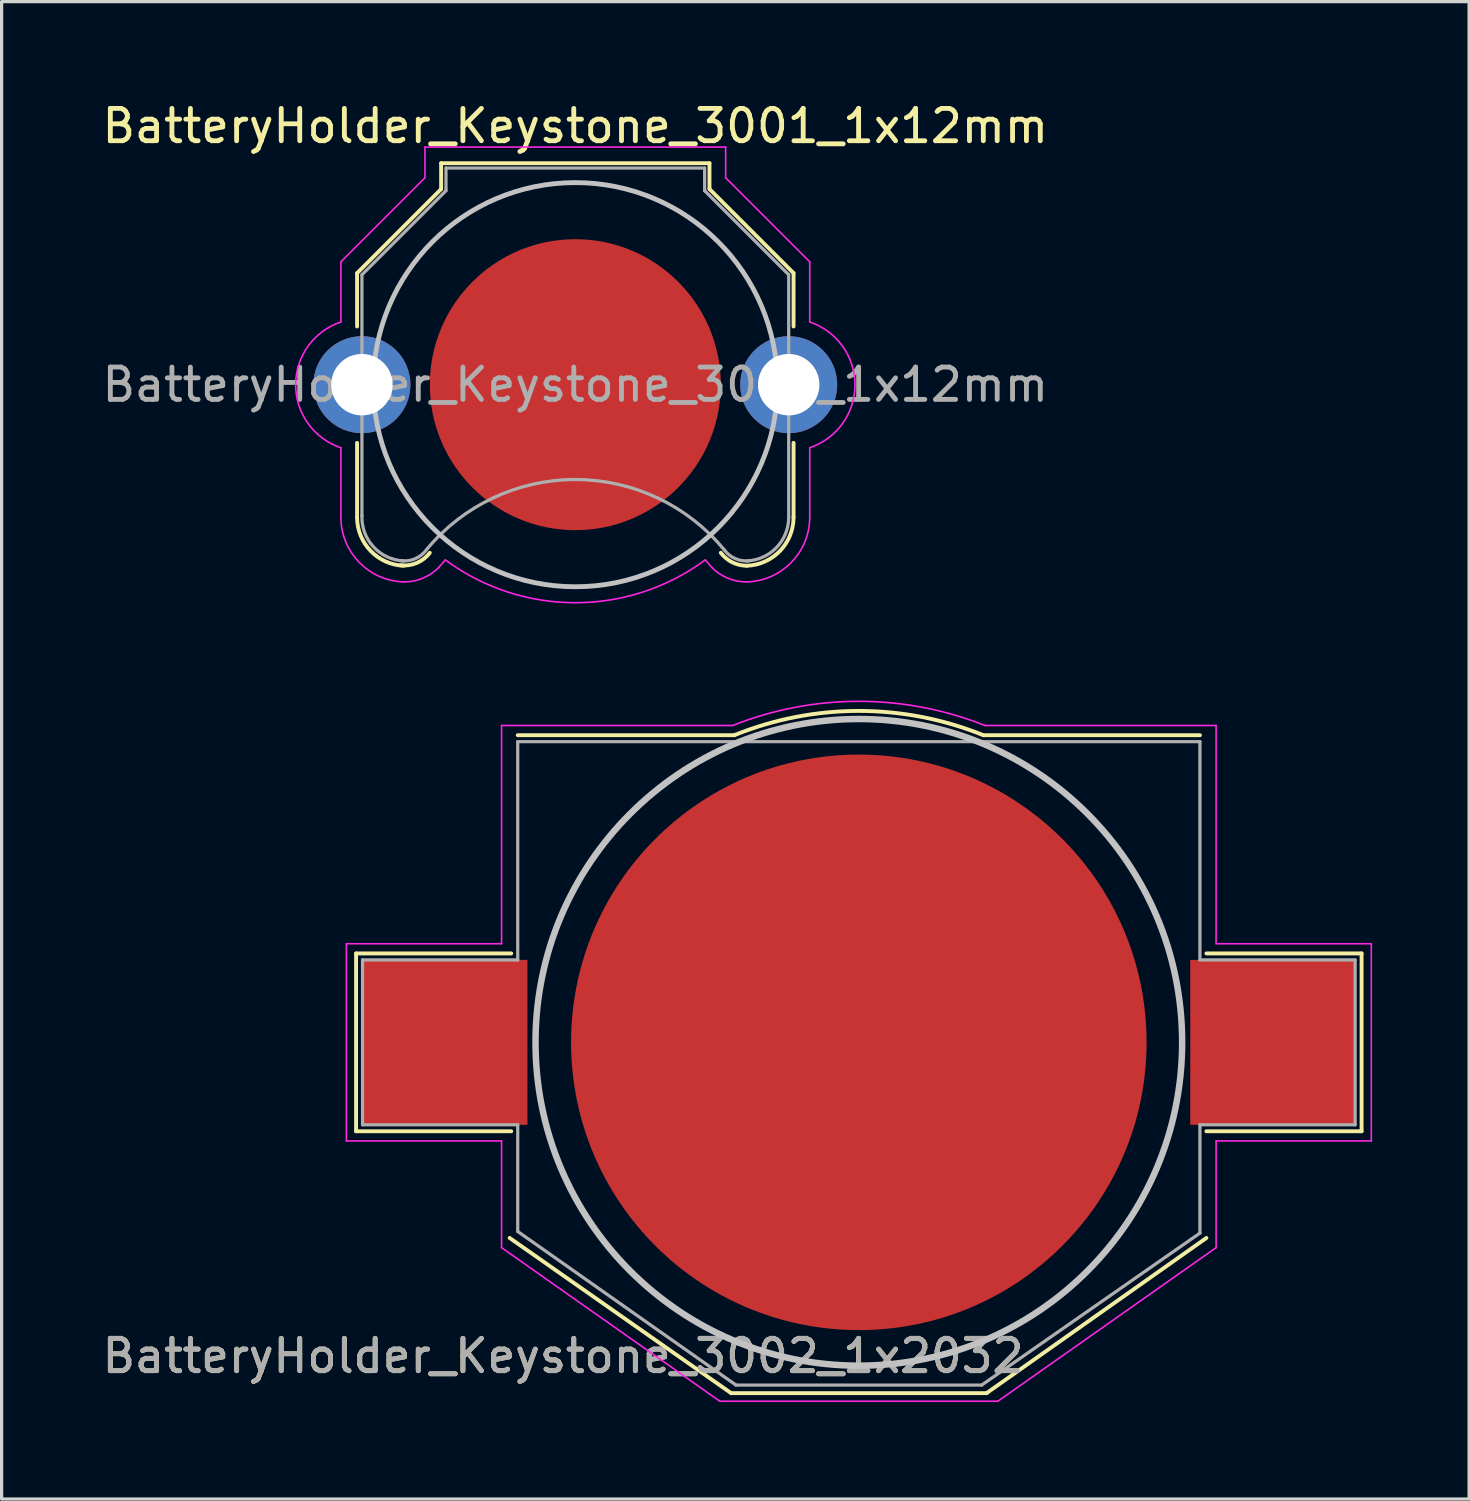
<source format=kicad_pcb>
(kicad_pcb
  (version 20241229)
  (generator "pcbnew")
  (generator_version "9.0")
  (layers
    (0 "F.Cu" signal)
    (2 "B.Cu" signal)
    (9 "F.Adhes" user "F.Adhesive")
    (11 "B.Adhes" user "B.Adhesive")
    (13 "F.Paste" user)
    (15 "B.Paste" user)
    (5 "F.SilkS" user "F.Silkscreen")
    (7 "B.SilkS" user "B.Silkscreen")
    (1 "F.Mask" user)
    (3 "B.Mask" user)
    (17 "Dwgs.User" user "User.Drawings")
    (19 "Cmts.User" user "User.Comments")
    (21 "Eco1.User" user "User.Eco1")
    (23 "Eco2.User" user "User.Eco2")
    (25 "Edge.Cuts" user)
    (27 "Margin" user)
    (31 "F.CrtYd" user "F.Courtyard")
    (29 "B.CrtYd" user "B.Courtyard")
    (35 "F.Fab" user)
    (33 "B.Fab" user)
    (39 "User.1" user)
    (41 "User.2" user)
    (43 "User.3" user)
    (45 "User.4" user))
  (footprint "BatteryHolder_Keystone_3002_1x2032"
    (layer "F.Cu")
    (at 23.513 29.189)
    (property "Reference" "BatteryHolder_Keystone_3002_1x2032" (at -9.15 9.7 0) (layer "F.SilkS") (effects (font (size 1 1) (thickness 0.15))))
    (attr smd)
    (fp_line (start -15.55 -2.75) (end -15.55 2.75) (stroke (width 0.12) (type solid)) (layer "F.SilkS"))
    (fp_line (start -15.55 2.75) (end -10.75 2.75) (stroke (width 0.12) (type solid)) (layer "F.SilkS"))
    (fp_line (start -10.8 6.05) (end -3.95 10.85) (stroke (width 0.12) (type solid)) (layer "F.SilkS"))
    (fp_line (start -10.75 -2.75) (end -15.55 -2.75) (stroke (width 0.12) (type solid)) (layer "F.SilkS"))
    (fp_line (start -10.55 -9.5) (end -3.85 -9.5) (stroke (width 0.12) (type solid)) (layer "F.SilkS"))
    (fp_line (start -3.95 10.85) (end 3.95 10.85) (stroke (width 0.12) (type solid)) (layer "F.SilkS"))
    (fp_line (start 3.95 10.85) (end 10.75 6.05) (stroke (width 0.12) (type solid)) (layer "F.SilkS"))
    (fp_line (start 10.55 -9.5) (end 3.85 -9.5) (stroke (width 0.12) (type solid)) (layer "F.SilkS"))
    (fp_line (start 10.75 2.75) (end 15.55 2.75) (stroke (width 0.12) (type solid)) (layer "F.SilkS"))
    (fp_line (start 15.55 -2.75) (end 10.75 -2.75) (stroke (width 0.12) (type solid)) (layer "F.SilkS"))
    (fp_line (start 15.55 2.75) (end 15.55 -2.75) (stroke (width 0.12) (type solid)) (layer "F.SilkS"))
    (fp_arc (start -3.846385 -9.501464) (mid 0.00195 -10.250487) (end 3.85 -9.5) (stroke (width 0.12) (type solid)) (layer "F.SilkS"))
    (fp_circle (center 0 0) (end 10 0) (stroke (width 0.2) (type solid)) (fill no) (layer "Dwgs.User"))
    (fp_line (start -15.85 -3.05) (end -11.05 -3.05) (stroke (width 0.05) (type solid)) (layer "F.CrtYd"))
    (fp_line (start -15.85 3.05) (end -15.85 -3.05) (stroke (width 0.05) (type solid)) (layer "F.CrtYd"))
    (fp_line (start -11.05 -9.8) (end -3.9 -9.8) (stroke (width 0.05) (type solid)) (layer "F.CrtYd"))
    (fp_line (start -11.05 -3.05) (end -11.05 -9.8) (stroke (width 0.05) (type solid)) (layer "F.CrtYd"))
    (fp_line (start -11.05 3.05) (end -15.85 3.05) (stroke (width 0.05) (type solid)) (layer "F.CrtYd"))
    (fp_line (start -11.05 6.35) (end -11.05 3.05) (stroke (width 0.05) (type solid)) (layer "F.CrtYd"))
    (fp_line (start -4.3 11.1) (end -11.05 6.35) (stroke (width 0.05) (type solid)) (layer "F.CrtYd"))
    (fp_line (start 4.3 11.1) (end -4.3 11.1) (stroke (width 0.05) (type solid)) (layer "F.CrtYd"))
    (fp_line (start 11.05 -9.8) (end 3.9 -9.8) (stroke (width 0.05) (type solid)) (layer "F.CrtYd"))
    (fp_line (start 11.05 -9.8) (end 11.05 -3.05) (stroke (width 0.05) (type solid)) (layer "F.CrtYd"))
    (fp_line (start 11.05 -3.05) (end 15.85 -3.05) (stroke (width 0.05) (type solid)) (layer "F.CrtYd"))
    (fp_line (start 11.05 3.05) (end 11.05 6.35) (stroke (width 0.05) (type solid)) (layer "F.CrtYd"))
    (fp_line (start 11.05 6.35) (end 4.3 11.1) (stroke (width 0.05) (type solid)) (layer "F.CrtYd"))
    (fp_line (start 15.85 -3.05) (end 15.85 3.05) (stroke (width 0.05) (type solid)) (layer "F.CrtYd"))
    (fp_line (start 15.85 3.05) (end 11.05 3.05) (stroke (width 0.05) (type solid)) (layer "F.CrtYd"))
    (fp_arc (start -3.9 -9.8) (mid 0 -10.547512) (end 3.9 -9.8) (stroke (width 0.05) (type solid)) (layer "F.CrtYd"))
    (fp_line (start -15.35 -2.55) (end -15.35 2.55) (stroke (width 0.1) (type solid)) (layer "F.Fab"))
    (fp_line (start -15.35 -2.55) (end -10.55 -2.55) (stroke (width 0.1) (type solid)) (layer "F.Fab"))
    (fp_line (start -15.35 2.55) (end -10.55 2.55) (stroke (width 0.1) (type solid)) (layer "F.Fab"))
    (fp_line (start -10.55 -2.55) (end -10.55 -9.3) (stroke (width 0.1) (type solid)) (layer "F.Fab"))
    (fp_line (start -10.55 2.55) (end -10.55 5.85) (stroke (width 0.1) (type solid)) (layer "F.Fab"))
    (fp_line (start -10.55 5.85) (end -3.8 10.6) (stroke (width 0.1) (type solid)) (layer "F.Fab"))
    (fp_line (start -3.8 10.6) (end 3.8 10.6) (stroke (width 0.1) (type solid)) (layer "F.Fab"))
    (fp_line (start 10.55 -9.3) (end -10.55 -9.3) (stroke (width 0.1) (type solid)) (layer "F.Fab"))
    (fp_line (start 10.55 -2.55) (end 10.55 -9.3) (stroke (width 0.1) (type solid)) (layer "F.Fab"))
    (fp_line (start 10.55 2.55) (end 10.55 5.9) (stroke (width 0.1) (type solid)) (layer "F.Fab"))
    (fp_line (start 10.55 2.55) (end 15.35 2.55) (stroke (width 0.1) (type solid)) (layer "F.Fab"))
    (fp_line (start 10.55 5.9) (end 3.8 10.6) (stroke (width 0.1) (type solid)) (layer "F.Fab"))
    (fp_line (start 15.35 -2.55) (end 10.55 -2.55) (stroke (width 0.1) (type solid)) (layer "F.Fab"))
    (fp_line (start 15.35 2.55) (end 15.35 -2.55) (stroke (width 0.1) (type solid)) (layer "F.Fab"))
    (fp_text user "${REFERENCE}" (at -9.15 9.7 0) (layer "F.Fab") (effects (font (size 1 1) (thickness 0.15))))
    (pad "1" smd rect (at -12.8 0) (size 5.1 5.1) (layers "F.Cu" "F.Mask" "F.Paste"))
    (pad "1" smd rect (at 12.8 0) (size 5.1 5.1) (layers "F.Cu" "F.Mask" "F.Paste"))
    (pad "2" smd circle (at 0 0) (size 17.8 17.8) (layers "F.Cu" "F.Mask")))
  (footprint "BatteryHolder_Keystone_3001_1x12mm"
    (layer "F.Cu")
    (at 14.744 8.848)
    (property "Reference" "BatteryHolder_Keystone_3001_1x12mm" (at 0 -8 0) (layer "F.SilkS") (effects (font (size 1 1) (thickness 0.15))))
    (attr through_hole)
    (fp_line (start -6.75 -3.45) (end -4.15 -6.05) (stroke (width 0.12) (type solid)) (layer "F.SilkS"))
    (fp_line (start -6.75 -1.8) (end -6.75 -3.45) (stroke (width 0.12) (type solid)) (layer "F.SilkS"))
    (fp_line (start -6.75 1.8) (end -6.75 4.1) (stroke (width 0.12) (type solid)) (layer "F.SilkS"))
    (fp_line (start -4.15 -6.85) (end 4.15 -6.85) (stroke (width 0.12) (type solid)) (layer "F.SilkS"))
    (fp_line (start -4.15 -6.05) (end -4.15 -6.85) (stroke (width 0.12) (type solid)) (layer "F.SilkS"))
    (fp_line (start 4.15 -6.85) (end 4.15 -6.05) (stroke (width 0.12) (type solid)) (layer "F.SilkS"))
    (fp_line (start 4.15 -6.05) (end 6.75 -3.45) (stroke (width 0.12) (type solid)) (layer "F.SilkS"))
    (fp_line (start 6.75 -3.45) (end 6.75 -1.8) (stroke (width 0.12) (type solid)) (layer "F.SilkS"))
    (fp_line (start 6.75 1.8) (end 6.75 4.1) (stroke (width 0.12) (type solid)) (layer "F.SilkS"))
    (fp_arc (start -5.3 5.6) (mid -6.32849 5.143374) (end -6.75 4.1) (stroke (width 0.12) (type solid)) (layer "F.SilkS"))
    (fp_arc (start -4.5 5.2) (mid -4.90584 5.514615) (end -5.414615 5.58416) (stroke (width 0.12) (type solid)) (layer "F.SilkS"))
    (fp_arc (start 5.3 5.6) (mid 4.853425 5.493151) (end 4.5 5.2) (stroke (width 0.12) (type solid)) (layer "F.SilkS"))
    (fp_arc (start 6.75 4.1) (mid 6.328491 5.143375) (end 5.3 5.6) (stroke (width 0.12) (type solid)) (layer "F.SilkS"))
    (fp_circle (center 0 0) (end 0 6.25) (stroke (width 0.15) (type solid)) (fill no) (layer "Dwgs.User"))
    (fp_line (start -7.25 -3.8) (end -4.65 -6.4) (stroke (width 0.05) (type solid)) (layer "F.CrtYd"))
    (fp_line (start -7.25 -1.94) (end -7.25 -3.8) (stroke (width 0.05) (type solid)) (layer "F.CrtYd"))
    (fp_line (start -7.25 1.95) (end -7.25 4.1) (stroke (width 0.05) (type solid)) (layer "F.CrtYd"))
    (fp_line (start -4.65 -7.35) (end 4.65 -7.35) (stroke (width 0.05) (type solid)) (layer "F.CrtYd"))
    (fp_line (start -4.65 -6.4) (end -4.65 -7.35) (stroke (width 0.05) (type solid)) (layer "F.CrtYd"))
    (fp_line (start 4.65 -6.4) (end 4.65 -7.35) (stroke (width 0.05) (type solid)) (layer "F.CrtYd"))
    (fp_line (start 7.25 -3.8) (end 4.65 -6.4) (stroke (width 0.05) (type solid)) (layer "F.CrtYd"))
    (fp_line (start 7.25 -1.94) (end 7.25 -3.8) (stroke (width 0.05) (type solid)) (layer "F.CrtYd"))
    (fp_line (start 7.25 1.95) (end 7.25 4.1) (stroke (width 0.05) (type solid)) (layer "F.CrtYd"))
    (fp_arc (start -7.25 1.95) (mid -8.650199 0.005001) (end -7.25 -1.94) (stroke (width 0.05) (type solid)) (layer "F.CrtYd"))
    (fp_arc (start -5.3 6.1) (mid -6.682005 5.49683) (end -7.25 4.1) (stroke (width 0.05) (type solid)) (layer "F.CrtYd"))
    (fp_arc (start -4.22 5.65) (mid -4.714386 5.984474) (end -5.3 6.1) (stroke (width 0.05) (type solid)) (layer "F.CrtYd"))
    (fp_arc (start -4.22 5.65) (mid -4.121556 5.533647) (end -4.02 5.42) (stroke (width 0.05) (type solid)) (layer "F.CrtYd"))
    (fp_arc (start 4.02 5.42) (mid 0 6.743653) (end -4.02 5.42) (stroke (width 0.05) (type solid)) (layer "F.CrtYd"))
    (fp_arc (start 4.02 5.42) (mid 4.121556 5.533647) (end 4.22 5.65) (stroke (width 0.05) (type solid)) (layer "F.CrtYd"))
    (fp_arc (start 5.3 6.1) (mid 4.714386 5.984474) (end 4.22 5.65) (stroke (width 0.05) (type solid)) (layer "F.CrtYd"))
    (fp_arc (start 7.25 -1.94) (mid 8.650199 0.004999) (end 7.25 1.95) (stroke (width 0.05) (type solid)) (layer "F.CrtYd"))
    (fp_arc (start 7.25 4.1) (mid 6.682004 5.496829) (end 5.3 6.1) (stroke (width 0.05) (type solid)) (layer "F.CrtYd"))
    (fp_line (start -6.6 -3.4) (end -6.6 4.05) (stroke (width 0.1) (type solid)) (layer "F.Fab"))
    (fp_line (start -4 -6.7) (end -4 -6) (stroke (width 0.1) (type solid)) (layer "F.Fab"))
    (fp_line (start -4 -6.7) (end 4 -6.7) (stroke (width 0.1) (type solid)) (layer "F.Fab"))
    (fp_line (start -4 -6) (end -6.6 -3.4) (stroke (width 0.1) (type solid)) (layer "F.Fab"))
    (fp_line (start 4 -6.7) (end 4 -6) (stroke (width 0.1) (type solid)) (layer "F.Fab"))
    (fp_line (start 4 -6) (end 6.6 -3.4) (stroke (width 0.1) (type solid)) (layer "F.Fab"))
    (fp_line (start 6.6 -3.4) (end 6.6 4.1) (stroke (width 0.1) (type solid)) (layer "F.Fab"))
    (fp_arc (start -5.3 5.45) (mid -6.239949 5.019239) (end -6.6 4.05) (stroke (width 0.1) (type solid)) (layer "F.Fab"))
    (fp_arc (start -4.6 5.1) (mid -4.942443 5.378013) (end -5.378013 5.447558) (stroke (width 0.1) (type solid)) (layer "F.Fab"))
    (fp_arc (start -4.6 5.1) (mid 0.006214 2.93343) (end 4.607905 5.109589) (stroke (width 0.1) (type solid)) (layer "F.Fab"))
    (fp_arc (start 5.378013 5.447558) (mid 4.942443 5.378013) (end 4.6 5.1) (stroke (width 0.1) (type solid)) (layer "F.Fab"))
    (fp_arc (start 6.6 4.1) (mid 6.222442 5.037351) (end 5.3 5.45) (stroke (width 0.1) (type solid)) (layer "F.Fab"))
    (fp_text user "${REFERENCE}" (at 0 0 0) (layer "F.Fab") (effects (font (size 1 1) (thickness 0.15))))
    (pad "1" thru_hole circle (at -6.6 0) (size 3 3) (drill 1.9) (layers "*.Cu" "*.Mask"))
    (pad "1" thru_hole circle (at 6.6 0) (size 3 3) (drill 1.9) (layers "*.Cu" "*.Mask"))
    (pad "2" smd circle (at 0 0) (size 9 9) (layers "F.Cu" "F.Mask")))
  (gr_rect
    (start -3 -3)
    (end 42.388 43.314)
    (stroke (width 0.1) (type default))
    (fill no)
    (layer "Edge.Cuts")))
</source>
